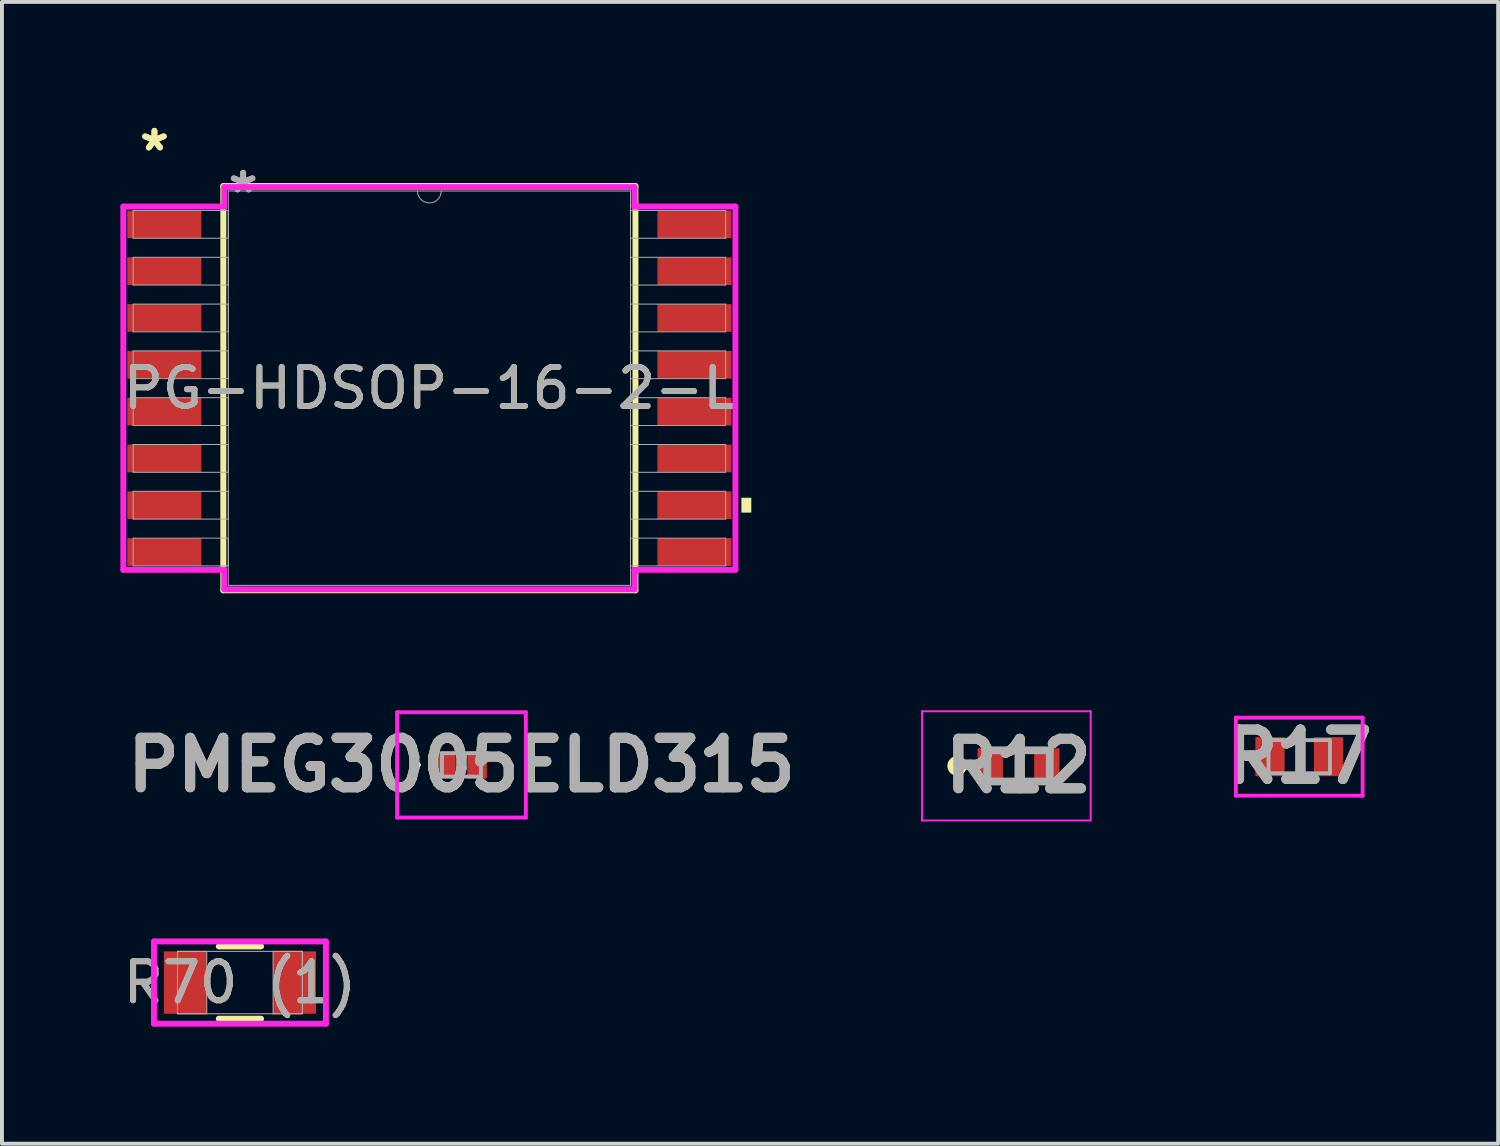
<source format=kicad_pcb>
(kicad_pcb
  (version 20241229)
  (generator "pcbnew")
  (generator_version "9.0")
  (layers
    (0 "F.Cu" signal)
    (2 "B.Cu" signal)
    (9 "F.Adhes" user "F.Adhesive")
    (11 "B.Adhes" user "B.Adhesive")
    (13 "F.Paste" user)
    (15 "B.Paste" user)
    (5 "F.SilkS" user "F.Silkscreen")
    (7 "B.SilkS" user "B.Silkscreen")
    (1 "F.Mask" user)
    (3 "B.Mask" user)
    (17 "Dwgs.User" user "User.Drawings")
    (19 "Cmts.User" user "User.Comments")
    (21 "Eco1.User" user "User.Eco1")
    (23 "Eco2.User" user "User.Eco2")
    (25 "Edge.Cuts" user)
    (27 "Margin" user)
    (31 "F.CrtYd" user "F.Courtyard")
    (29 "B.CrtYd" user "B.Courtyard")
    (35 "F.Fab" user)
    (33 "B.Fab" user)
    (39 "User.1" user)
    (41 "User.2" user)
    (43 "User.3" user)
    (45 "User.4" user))
  (footprint "R12"
    (layer "F.Cu")
    (at 23.062 16.585)
    (property "Reference" "R12" (at 0 0 0) (layer "F.SilkS") (effects (font (size 1.27 1.27) (thickness 0.254))))
    (attr smd)
    (fp_circle (center -1.575 0) (end -1.575 0.05) (stroke (width 0.2) (type solid)) (fill no) (layer "F.SilkS"))
    (fp_line (start -2.475 -1.4) (end 1.85 -1.4) (stroke (width 0.05) (type solid)) (layer "F.CrtYd"))
    (fp_line (start -2.475 1.4) (end -2.475 -1.4) (stroke (width 0.05) (type solid)) (layer "F.CrtYd"))
    (fp_line (start 1.85 -1.4) (end 1.85 1.4) (stroke (width 0.05) (type solid)) (layer "F.CrtYd"))
    (fp_line (start 1.85 1.4) (end -2.475 1.4) (stroke (width 0.05) (type solid)) (layer "F.CrtYd"))
    (fp_line (start -0.8 -0.4) (end 0.8 -0.4) (stroke (width 0.2) (type solid)) (layer "F.Fab"))
    (fp_line (start -0.8 0.4) (end -0.8 -0.4) (stroke (width 0.2) (type solid)) (layer "F.Fab"))
    (fp_line (start 0.8 -0.4) (end 0.8 0.4) (stroke (width 0.2) (type solid)) (layer "F.Fab"))
    (fp_line (start 0.8 0.4) (end -0.8 0.4) (stroke (width 0.2) (type solid)) (layer "F.Fab"))
    (fp_text user "${REFERENCE}" (at 0 0 0) (layer "F.Fab") (effects (font (size 1.27 1.27) (thickness 0.254))))
    (pad "1" smd rect (at -0.725 0) (size 0.65 0.9) (layers "F.Cu" "F.Mask" "F.Paste"))
    (pad "2" smd rect (at 0.725 0) (size 0.65 0.9) (layers "F.Cu" "F.Mask" "F.Paste")))
  (footprint "R17"
    (layer "F.Cu")
    (at 30.259 16.349)
    (property "Reference" "R17" (at 0 0 0) (layer "F.SilkS") (effects (font (size 1.27 1.27) (thickness 0.254))))
    (attr smd)
    (fp_line (start -1.35 -0.05) (end -1.35 -0.05) (stroke (width 0.1) (type solid)) (layer "F.SilkS"))
    (fp_line (start -1.35 0.05) (end -1.35 0.05) (stroke (width 0.1) (type solid)) (layer "F.SilkS"))
    (fp_arc (start -1.35 -0.05) (mid -1.3 0) (end -1.35 0.05) (stroke (width 0.1) (type solid)) (layer "F.SilkS"))
    (fp_arc (start -1.35 0.05) (mid -1.4 0) (end -1.35 -0.05) (stroke (width 0.1) (type solid)) (layer "F.SilkS"))
    (fp_line (start -1.625 -1) (end 1.625 -1) (stroke (width 0.1) (type solid)) (layer "F.CrtYd"))
    (fp_line (start -1.625 1) (end -1.625 -1) (stroke (width 0.1) (type solid)) (layer "F.CrtYd"))
    (fp_line (start 1.625 -1) (end 1.625 1) (stroke (width 0.1) (type solid)) (layer "F.CrtYd"))
    (fp_line (start 1.625 1) (end -1.625 1) (stroke (width 0.1) (type solid)) (layer "F.CrtYd"))
    (fp_line (start -0.788 -0.425) (end 0.788 -0.425) (stroke (width 0.1) (type solid)) (layer "F.Fab"))
    (fp_line (start -0.788 0.425) (end -0.788 -0.425) (stroke (width 0.1) (type solid)) (layer "F.Fab"))
    (fp_line (start 0.788 -0.425) (end 0.788 0.425) (stroke (width 0.1) (type solid)) (layer "F.Fab"))
    (fp_line (start 0.788 0.425) (end -0.788 0.425) (stroke (width 0.1) (type solid)) (layer "F.Fab"))
    (fp_text user "${REFERENCE}" (at 0 0 0) (layer "F.Fab") (effects (font (size 1.27 1.27) (thickness 0.254))))
    (pad "1" smd rect (at -0.75 0) (size 0.75 1) (layers "F.Cu" "F.Mask" "F.Paste"))
    (pad "2" smd rect (at 0.75 0) (size 0.75 1) (layers "F.Cu" "F.Mask" "F.Paste")))
  (footprint "PMEG3005ELD315"
    (layer "F.Cu")
    (at 8.781 16.56)
    (property "Reference" "PMEG3005ELD315" (at 0 0 0) (layer "F.SilkS") (effects (font (size 1.27 1.27) (thickness 0.254))))
    (attr smd)
    (fp_line (start -1.2 0) (end -1.2 0) (stroke (width 0.1) (type solid)) (layer "F.SilkS"))
    (fp_line (start -1.1 0) (end -1.1 0) (stroke (width 0.1) (type solid)) (layer "F.SilkS"))
    (fp_arc (start -1.2 0) (mid -1.15 -0.05) (end -1.1 0) (stroke (width 0.1) (type solid)) (layer "F.SilkS"))
    (fp_arc (start -1.1 0) (mid -1.15 0.05) (end -1.2 0) (stroke (width 0.1) (type solid)) (layer "F.SilkS"))
    (fp_line (start -1.65 -1.35) (end 1.65 -1.35) (stroke (width 0.1) (type solid)) (layer "F.CrtYd"))
    (fp_line (start -1.65 1.35) (end -1.65 -1.35) (stroke (width 0.1) (type solid)) (layer "F.CrtYd"))
    (fp_line (start 1.65 -1.35) (end 1.65 1.35) (stroke (width 0.1) (type solid)) (layer "F.CrtYd"))
    (fp_line (start 1.65 1.35) (end -1.65 1.35) (stroke (width 0.1) (type solid)) (layer "F.CrtYd"))
    (fp_line (start -0.5 -0.3) (end 0.5 -0.3) (stroke (width 0.1) (type solid)) (layer "F.Fab"))
    (fp_line (start -0.5 0.3) (end -0.5 -0.3) (stroke (width 0.1) (type solid)) (layer "F.Fab"))
    (fp_line (start 0.5 -0.3) (end 0.5 0.3) (stroke (width 0.1) (type solid)) (layer "F.Fab"))
    (fp_line (start 0.5 0.3) (end -0.5 0.3) (stroke (width 0.1) (type solid)) (layer "F.Fab"))
    (fp_text user "${REFERENCE}" (at 0 0 0) (layer "F.Fab") (effects (font (size 1.27 1.27) (thickness 0.254))))
    (pad "1" smd rect (at -0.4 0) (size 0.5 0.7) (layers "F.Cu" "F.Mask" "F.Paste"))
    (pad "2" smd rect (at 0.4 0) (size 0.5 0.7) (layers "F.Cu" "F.Mask" "F.Paste")))
  (footprint "R70 (1)"
    (layer "F.Cu")
    (at 3.101 22.14)
    (property "Reference" "R70 (1)" (at 0 0 0) (unlocked yes) (layer "F.SilkS") (effects (font (size 1 1) (thickness 0.15))))
    (attr smd)
    (fp_line (start -0.542 0.927) (end 0.542 0.927) (stroke (width 0.152) (type solid)) (layer "F.SilkS"))
    (fp_line (start 0.542 -0.927) (end -0.542 -0.927) (stroke (width 0.152) (type solid)) (layer "F.SilkS"))
    (fp_line (start -2.204 -1.054) (end 2.204 -1.054) (stroke (width 0.152) (type solid)) (layer "F.CrtYd"))
    (fp_line (start -2.204 1.054) (end -2.204 -1.054) (stroke (width 0.152) (type solid)) (layer "F.CrtYd"))
    (fp_line (start 2.204 -1.054) (end 2.204 1.054) (stroke (width 0.152) (type solid)) (layer "F.CrtYd"))
    (fp_line (start 2.204 1.054) (end -2.204 1.054) (stroke (width 0.152) (type solid)) (layer "F.CrtYd"))
    (fp_line (start -1.6 -0.8) (end -1.6 0.8) (stroke (width 0.025) (type solid)) (layer "F.Fab"))
    (fp_line (start -1.6 -0.8) (end -1.6 0.8) (stroke (width 0.025) (type solid)) (layer "F.Fab"))
    (fp_line (start -1.6 0.8) (end -0.85 0.8) (stroke (width 0.025) (type solid)) (layer "F.Fab"))
    (fp_line (start -1.6 0.8) (end 1.6 0.8) (stroke (width 0.025) (type solid)) (layer "F.Fab"))
    (fp_line (start -0.85 -0.8) (end -1.6 -0.8) (stroke (width 0.025) (type solid)) (layer "F.Fab"))
    (fp_line (start -0.85 0.8) (end -0.85 -0.8) (stroke (width 0.025) (type solid)) (layer "F.Fab"))
    (fp_line (start 0.85 -0.8) (end 0.85 0.8) (stroke (width 0.025) (type solid)) (layer "F.Fab"))
    (fp_line (start 0.85 0.8) (end 1.6 0.8) (stroke (width 0.025) (type solid)) (layer "F.Fab"))
    (fp_line (start 1.6 -0.8) (end -1.6 -0.8) (stroke (width 0.025) (type solid)) (layer "F.Fab"))
    (fp_line (start 1.6 -0.8) (end 0.85 -0.8) (stroke (width 0.025) (type solid)) (layer "F.Fab"))
    (fp_line (start 1.6 0.8) (end 1.6 -0.8) (stroke (width 0.025) (type solid)) (layer "F.Fab"))
    (fp_line (start 1.6 0.8) (end 1.6 -0.8) (stroke (width 0.025) (type solid)) (layer "F.Fab"))
    (fp_text user "${REFERENCE}" (at 0 0 0) (unlocked yes) (layer "F.Fab") (effects (font (size 1 1) (thickness 0.15))))
    (pad "1" smd rect (at -1.4 0) (size 1.1 1.6) (layers "F.Cu" "F.Mask" "F.Paste"))
    (pad "2" smd rect (at 1.4 0) (size 1.1 1.6) (layers "F.Cu" "F.Mask" "F.Paste"))
    (zone (net_name "") (layer "F.Cu") (hatch full 0.508) (connect_pads) (min_thickness 0.254) (filled_areas_thickness no) (keepout (tracks not_allowed) (vias not_allowed) (pads allowed) (copperpour not_allowed) (footprints allowed)) (placement (enabled no)) (fill) (polygon (pts (xy 2.302 21.391) (xy 3.9 21.391) (xy 3.9 22.89) (xy 2.302 22.89)))))
  (footprint "PG-HDSOP-16-2-L"
    (layer "F.Cu")
    (at 7.958 6.902)
    (property "Reference" "PG-HDSOP-16-2-L" (at 0 0 0) (unlocked yes) (layer "F.SilkS") (effects (font (size 1 1) (thickness 0.15))))
    (attr smd)
    (fp_line (start -5.283 -5.182) (end -5.283 5.182) (stroke (width 0.152) (type solid)) (layer "F.SilkS"))
    (fp_line (start -5.283 5.182) (end 5.283 5.182) (stroke (width 0.152) (type solid)) (layer "F.SilkS"))
    (fp_line (start 5.283 -5.182) (end -5.283 -5.182) (stroke (width 0.152) (type solid)) (layer "F.SilkS"))
    (fp_line (start 5.283 5.182) (end 5.283 -5.182) (stroke (width 0.152) (type solid)) (layer "F.SilkS"))
    (fp_poly (pts (xy 8.253 2.809) (xy 8.253 3.19) (xy 7.999 3.19) (xy 7.999 2.809)) (stroke (width 0) (type solid)) (fill yes) (layer "F.SilkS"))
    (fp_line (start -7.846 -4.657) (end -5.258 -4.657) (stroke (width 0.152) (type solid)) (layer "F.CrtYd"))
    (fp_line (start -7.846 4.657) (end -7.846 -4.657) (stroke (width 0.152) (type solid)) (layer "F.CrtYd"))
    (fp_line (start -7.846 4.657) (end -5.258 4.657) (stroke (width 0.152) (type solid)) (layer "F.CrtYd"))
    (fp_line (start -5.258 -5.156) (end 5.258 -5.156) (stroke (width 0.152) (type solid)) (layer "F.CrtYd"))
    (fp_line (start -5.258 -4.657) (end -5.258 -5.156) (stroke (width 0.152) (type solid)) (layer "F.CrtYd"))
    (fp_line (start -5.258 5.156) (end -5.258 4.657) (stroke (width 0.152) (type solid)) (layer "F.CrtYd"))
    (fp_line (start 5.258 -5.156) (end 5.258 -4.657) (stroke (width 0.152) (type solid)) (layer "F.CrtYd"))
    (fp_line (start 5.258 4.657) (end 5.258 5.156) (stroke (width 0.152) (type solid)) (layer "F.CrtYd"))
    (fp_line (start 5.258 5.156) (end -5.258 5.156) (stroke (width 0.152) (type solid)) (layer "F.CrtYd"))
    (fp_line (start 7.846 -4.657) (end 5.258 -4.657) (stroke (width 0.152) (type solid)) (layer "F.CrtYd"))
    (fp_line (start 7.846 -4.657) (end 7.846 4.657) (stroke (width 0.152) (type solid)) (layer "F.CrtYd"))
    (fp_line (start 7.846 4.657) (end 5.258 4.657) (stroke (width 0.152) (type solid)) (layer "F.CrtYd"))
    (fp_line (start -7.595 -4.556) (end -7.595 -3.844) (stroke (width 0.025) (type solid)) (layer "F.Fab"))
    (fp_line (start -7.595 -3.844) (end -5.156 -3.844) (stroke (width 0.025) (type solid)) (layer "F.Fab"))
    (fp_line (start -7.595 -3.356) (end -7.595 -2.644) (stroke (width 0.025) (type solid)) (layer "F.Fab"))
    (fp_line (start -7.595 -2.644) (end -5.156 -2.644) (stroke (width 0.025) (type solid)) (layer "F.Fab"))
    (fp_line (start -7.595 -2.156) (end -7.595 -1.444) (stroke (width 0.025) (type solid)) (layer "F.Fab"))
    (fp_line (start -7.595 -1.444) (end -5.156 -1.444) (stroke (width 0.025) (type solid)) (layer "F.Fab"))
    (fp_line (start -7.595 -0.956) (end -7.595 -0.244) (stroke (width 0.025) (type solid)) (layer "F.Fab"))
    (fp_line (start -7.595 -0.244) (end -5.156 -0.244) (stroke (width 0.025) (type solid)) (layer "F.Fab"))
    (fp_line (start -7.595 0.244) (end -7.595 0.956) (stroke (width 0.025) (type solid)) (layer "F.Fab"))
    (fp_line (start -7.595 0.956) (end -5.156 0.956) (stroke (width 0.025) (type solid)) (layer "F.Fab"))
    (fp_line (start -7.595 1.444) (end -7.595 2.156) (stroke (width 0.025) (type solid)) (layer "F.Fab"))
    (fp_line (start -7.595 2.156) (end -5.156 2.156) (stroke (width 0.025) (type solid)) (layer "F.Fab"))
    (fp_line (start -7.595 2.644) (end -7.595 3.356) (stroke (width 0.025) (type solid)) (layer "F.Fab"))
    (fp_line (start -7.595 3.356) (end -5.156 3.356) (stroke (width 0.025) (type solid)) (layer "F.Fab"))
    (fp_line (start -7.595 3.844) (end -7.595 4.556) (stroke (width 0.025) (type solid)) (layer "F.Fab"))
    (fp_line (start -7.595 4.556) (end -5.156 4.556) (stroke (width 0.025) (type solid)) (layer "F.Fab"))
    (fp_line (start -5.156 -5.055) (end -5.156 5.055) (stroke (width 0.025) (type solid)) (layer "F.Fab"))
    (fp_line (start -5.156 -4.556) (end -7.595 -4.556) (stroke (width 0.025) (type solid)) (layer "F.Fab"))
    (fp_line (start -5.156 -3.844) (end -5.156 -4.556) (stroke (width 0.025) (type solid)) (layer "F.Fab"))
    (fp_line (start -5.156 -3.356) (end -7.595 -3.356) (stroke (width 0.025) (type solid)) (layer "F.Fab"))
    (fp_line (start -5.156 -2.644) (end -5.156 -3.356) (stroke (width 0.025) (type solid)) (layer "F.Fab"))
    (fp_line (start -5.156 -2.156) (end -7.595 -2.156) (stroke (width 0.025) (type solid)) (layer "F.Fab"))
    (fp_line (start -5.156 -1.444) (end -5.156 -2.156) (stroke (width 0.025) (type solid)) (layer "F.Fab"))
    (fp_line (start -5.156 -0.956) (end -7.595 -0.956) (stroke (width 0.025) (type solid)) (layer "F.Fab"))
    (fp_line (start -5.156 -0.244) (end -5.156 -0.956) (stroke (width 0.025) (type solid)) (layer "F.Fab"))
    (fp_line (start -5.156 0.244) (end -7.595 0.244) (stroke (width 0.025) (type solid)) (layer "F.Fab"))
    (fp_line (start -5.156 0.956) (end -5.156 0.244) (stroke (width 0.025) (type solid)) (layer "F.Fab"))
    (fp_line (start -5.156 1.444) (end -7.595 1.444) (stroke (width 0.025) (type solid)) (layer "F.Fab"))
    (fp_line (start -5.156 2.156) (end -5.156 1.444) (stroke (width 0.025) (type solid)) (layer "F.Fab"))
    (fp_line (start -5.156 2.644) (end -7.595 2.644) (stroke (width 0.025) (type solid)) (layer "F.Fab"))
    (fp_line (start -5.156 3.356) (end -5.156 2.644) (stroke (width 0.025) (type solid)) (layer "F.Fab"))
    (fp_line (start -5.156 3.844) (end -7.595 3.844) (stroke (width 0.025) (type solid)) (layer "F.Fab"))
    (fp_line (start -5.156 4.556) (end -5.156 3.844) (stroke (width 0.025) (type solid)) (layer "F.Fab"))
    (fp_line (start -5.156 5.055) (end 5.156 5.055) (stroke (width 0.025) (type solid)) (layer "F.Fab"))
    (fp_line (start 5.156 -5.055) (end -5.156 -5.055) (stroke (width 0.025) (type solid)) (layer "F.Fab"))
    (fp_line (start 5.156 -4.556) (end 5.156 -3.844) (stroke (width 0.025) (type solid)) (layer "F.Fab"))
    (fp_line (start 5.156 -3.844) (end 7.595 -3.844) (stroke (width 0.025) (type solid)) (layer "F.Fab"))
    (fp_line (start 5.156 -3.356) (end 5.156 -2.644) (stroke (width 0.025) (type solid)) (layer "F.Fab"))
    (fp_line (start 5.156 -2.644) (end 7.595 -2.644) (stroke (width 0.025) (type solid)) (layer "F.Fab"))
    (fp_line (start 5.156 -2.156) (end 5.156 -1.444) (stroke (width 0.025) (type solid)) (layer "F.Fab"))
    (fp_line (start 5.156 -1.444) (end 7.595 -1.444) (stroke (width 0.025) (type solid)) (layer "F.Fab"))
    (fp_line (start 5.156 -0.956) (end 5.156 -0.244) (stroke (width 0.025) (type solid)) (layer "F.Fab"))
    (fp_line (start 5.156 -0.244) (end 7.595 -0.244) (stroke (width 0.025) (type solid)) (layer "F.Fab"))
    (fp_line (start 5.156 0.244) (end 5.156 0.956) (stroke (width 0.025) (type solid)) (layer "F.Fab"))
    (fp_line (start 5.156 0.956) (end 7.595 0.956) (stroke (width 0.025) (type solid)) (layer "F.Fab"))
    (fp_line (start 5.156 1.444) (end 5.156 2.156) (stroke (width 0.025) (type solid)) (layer "F.Fab"))
    (fp_line (start 5.156 2.156) (end 7.595 2.156) (stroke (width 0.025) (type solid)) (layer "F.Fab"))
    (fp_line (start 5.156 2.644) (end 5.156 3.356) (stroke (width 0.025) (type solid)) (layer "F.Fab"))
    (fp_line (start 5.156 3.356) (end 7.595 3.356) (stroke (width 0.025) (type solid)) (layer "F.Fab"))
    (fp_line (start 5.156 3.844) (end 5.156 4.556) (stroke (width 0.025) (type solid)) (layer "F.Fab"))
    (fp_line (start 5.156 4.556) (end 7.595 4.556) (stroke (width 0.025) (type solid)) (layer "F.Fab"))
    (fp_line (start 5.156 5.055) (end 5.156 -5.055) (stroke (width 0.025) (type solid)) (layer "F.Fab"))
    (fp_line (start 7.595 -4.556) (end 5.156 -4.556) (stroke (width 0.025) (type solid)) (layer "F.Fab"))
    (fp_line (start 7.595 -3.844) (end 7.595 -4.556) (stroke (width 0.025) (type solid)) (layer "F.Fab"))
    (fp_line (start 7.595 -3.356) (end 5.156 -3.356) (stroke (width 0.025) (type solid)) (layer "F.Fab"))
    (fp_line (start 7.595 -2.644) (end 7.595 -3.356) (stroke (width 0.025) (type solid)) (layer "F.Fab"))
    (fp_line (start 7.595 -2.156) (end 5.156 -2.156) (stroke (width 0.025) (type solid)) (layer "F.Fab"))
    (fp_line (start 7.595 -1.444) (end 7.595 -2.156) (stroke (width 0.025) (type solid)) (layer "F.Fab"))
    (fp_line (start 7.595 -0.956) (end 5.156 -0.956) (stroke (width 0.025) (type solid)) (layer "F.Fab"))
    (fp_line (start 7.595 -0.244) (end 7.595 -0.956) (stroke (width 0.025) (type solid)) (layer "F.Fab"))
    (fp_line (start 7.595 0.244) (end 5.156 0.244) (stroke (width 0.025) (type solid)) (layer "F.Fab"))
    (fp_line (start 7.595 0.956) (end 7.595 0.244) (stroke (width 0.025) (type solid)) (layer "F.Fab"))
    (fp_line (start 7.595 1.444) (end 5.156 1.444) (stroke (width 0.025) (type solid)) (layer "F.Fab"))
    (fp_line (start 7.595 2.156) (end 7.595 1.444) (stroke (width 0.025) (type solid)) (layer "F.Fab"))
    (fp_line (start 7.595 2.644) (end 5.156 2.644) (stroke (width 0.025) (type solid)) (layer "F.Fab"))
    (fp_line (start 7.595 3.356) (end 7.595 2.644) (stroke (width 0.025) (type solid)) (layer "F.Fab"))
    (fp_line (start 7.595 3.844) (end 5.156 3.844) (stroke (width 0.025) (type solid)) (layer "F.Fab"))
    (fp_line (start 7.595 4.556) (end 7.595 3.844) (stroke (width 0.025) (type solid)) (layer "F.Fab"))
    (fp_arc (start 0.3048 -5.0546) (mid 0 -4.7498) (end -0.3048 -5.0546) (stroke (width 0.0254) (type solid)) (layer "F.Fab"))
    (fp_text user "*" (at -7.049 -6.054 0) (unlocked yes) (layer "F.SilkS") (effects (font (size 1 1) (thickness 0.15))))
    (fp_text user "*" (at -7.049 -6.054 0) (layer "F.SilkS") (effects (font (size 1 1) (thickness 0.15))))
    (fp_text user "*" (at -4.775 -4.978 0) (unlocked yes) (layer "F.Fab") (effects (font (size 1 1) (thickness 0.15))))
    (fp_text user "${REFERENCE}" (at 0 0 0) (unlocked yes) (layer "F.Fab") (effects (font (size 1 1) (thickness 0.15))))
    (fp_text user "*" (at -4.775 -4.978 0) (layer "F.Fab") (effects (font (size 1 1) (thickness 0.15))))
    (pad "1" smd rect (at -6.795 -4.2) (size 1.899 0.711) (layers "F.Cu" "F.Mask" "F.Paste"))
    (pad "2" smd rect (at -6.795 -3) (size 1.899 0.711) (layers "F.Cu" "F.Mask" "F.Paste"))
    (pad "3" smd rect (at -6.795 -1.8) (size 1.899 0.711) (layers "F.Cu" "F.Mask" "F.Paste"))
    (pad "4" smd rect (at -6.795 -0.6) (size 1.899 0.711) (layers "F.Cu" "F.Mask" "F.Paste"))
    (pad "5" smd rect (at -6.795 0.6) (size 1.899 0.711) (layers "F.Cu" "F.Mask" "F.Paste"))
    (pad "6" smd rect (at -6.795 1.8) (size 1.899 0.711) (layers "F.Cu" "F.Mask" "F.Paste"))
    (pad "7" smd rect (at -6.795 3) (size 1.899 0.711) (layers "F.Cu" "F.Mask" "F.Paste"))
    (pad "8" smd rect (at -6.795 4.2) (size 1.899 0.711) (layers "F.Cu" "F.Mask" "F.Paste"))
    (pad "9" smd rect (at 6.795 4.2) (size 1.899 0.711) (layers "F.Cu" "F.Mask" "F.Paste"))
    (pad "10" smd rect (at 6.795 3) (size 1.899 0.711) (layers "F.Cu" "F.Mask" "F.Paste"))
    (pad "11" smd rect (at 6.795 1.8) (size 1.899 0.711) (layers "F.Cu" "F.Mask" "F.Paste"))
    (pad "12" smd rect (at 6.795 0.6) (size 1.899 0.711) (layers "F.Cu" "F.Mask" "F.Paste"))
    (pad "13" smd rect (at 6.795 -0.6) (size 1.899 0.711) (layers "F.Cu" "F.Mask" "F.Paste"))
    (pad "14" smd rect (at 6.795 -1.8) (size 1.899 0.711) (layers "F.Cu" "F.Mask" "F.Paste"))
    (pad "15" smd rect (at 6.795 -3) (size 1.899 0.711) (layers "F.Cu" "F.Mask" "F.Paste"))
    (pad "16" smd rect (at 6.795 -4.2) (size 1.899 0.711) (layers "F.Cu" "F.Mask" "F.Paste")))
  (gr_rect
    (start -3 -3)
    (end 35.358 26.271)
    (stroke (width 0.1) (type default))
    (fill no)
    (layer "Edge.Cuts")))
</source>
